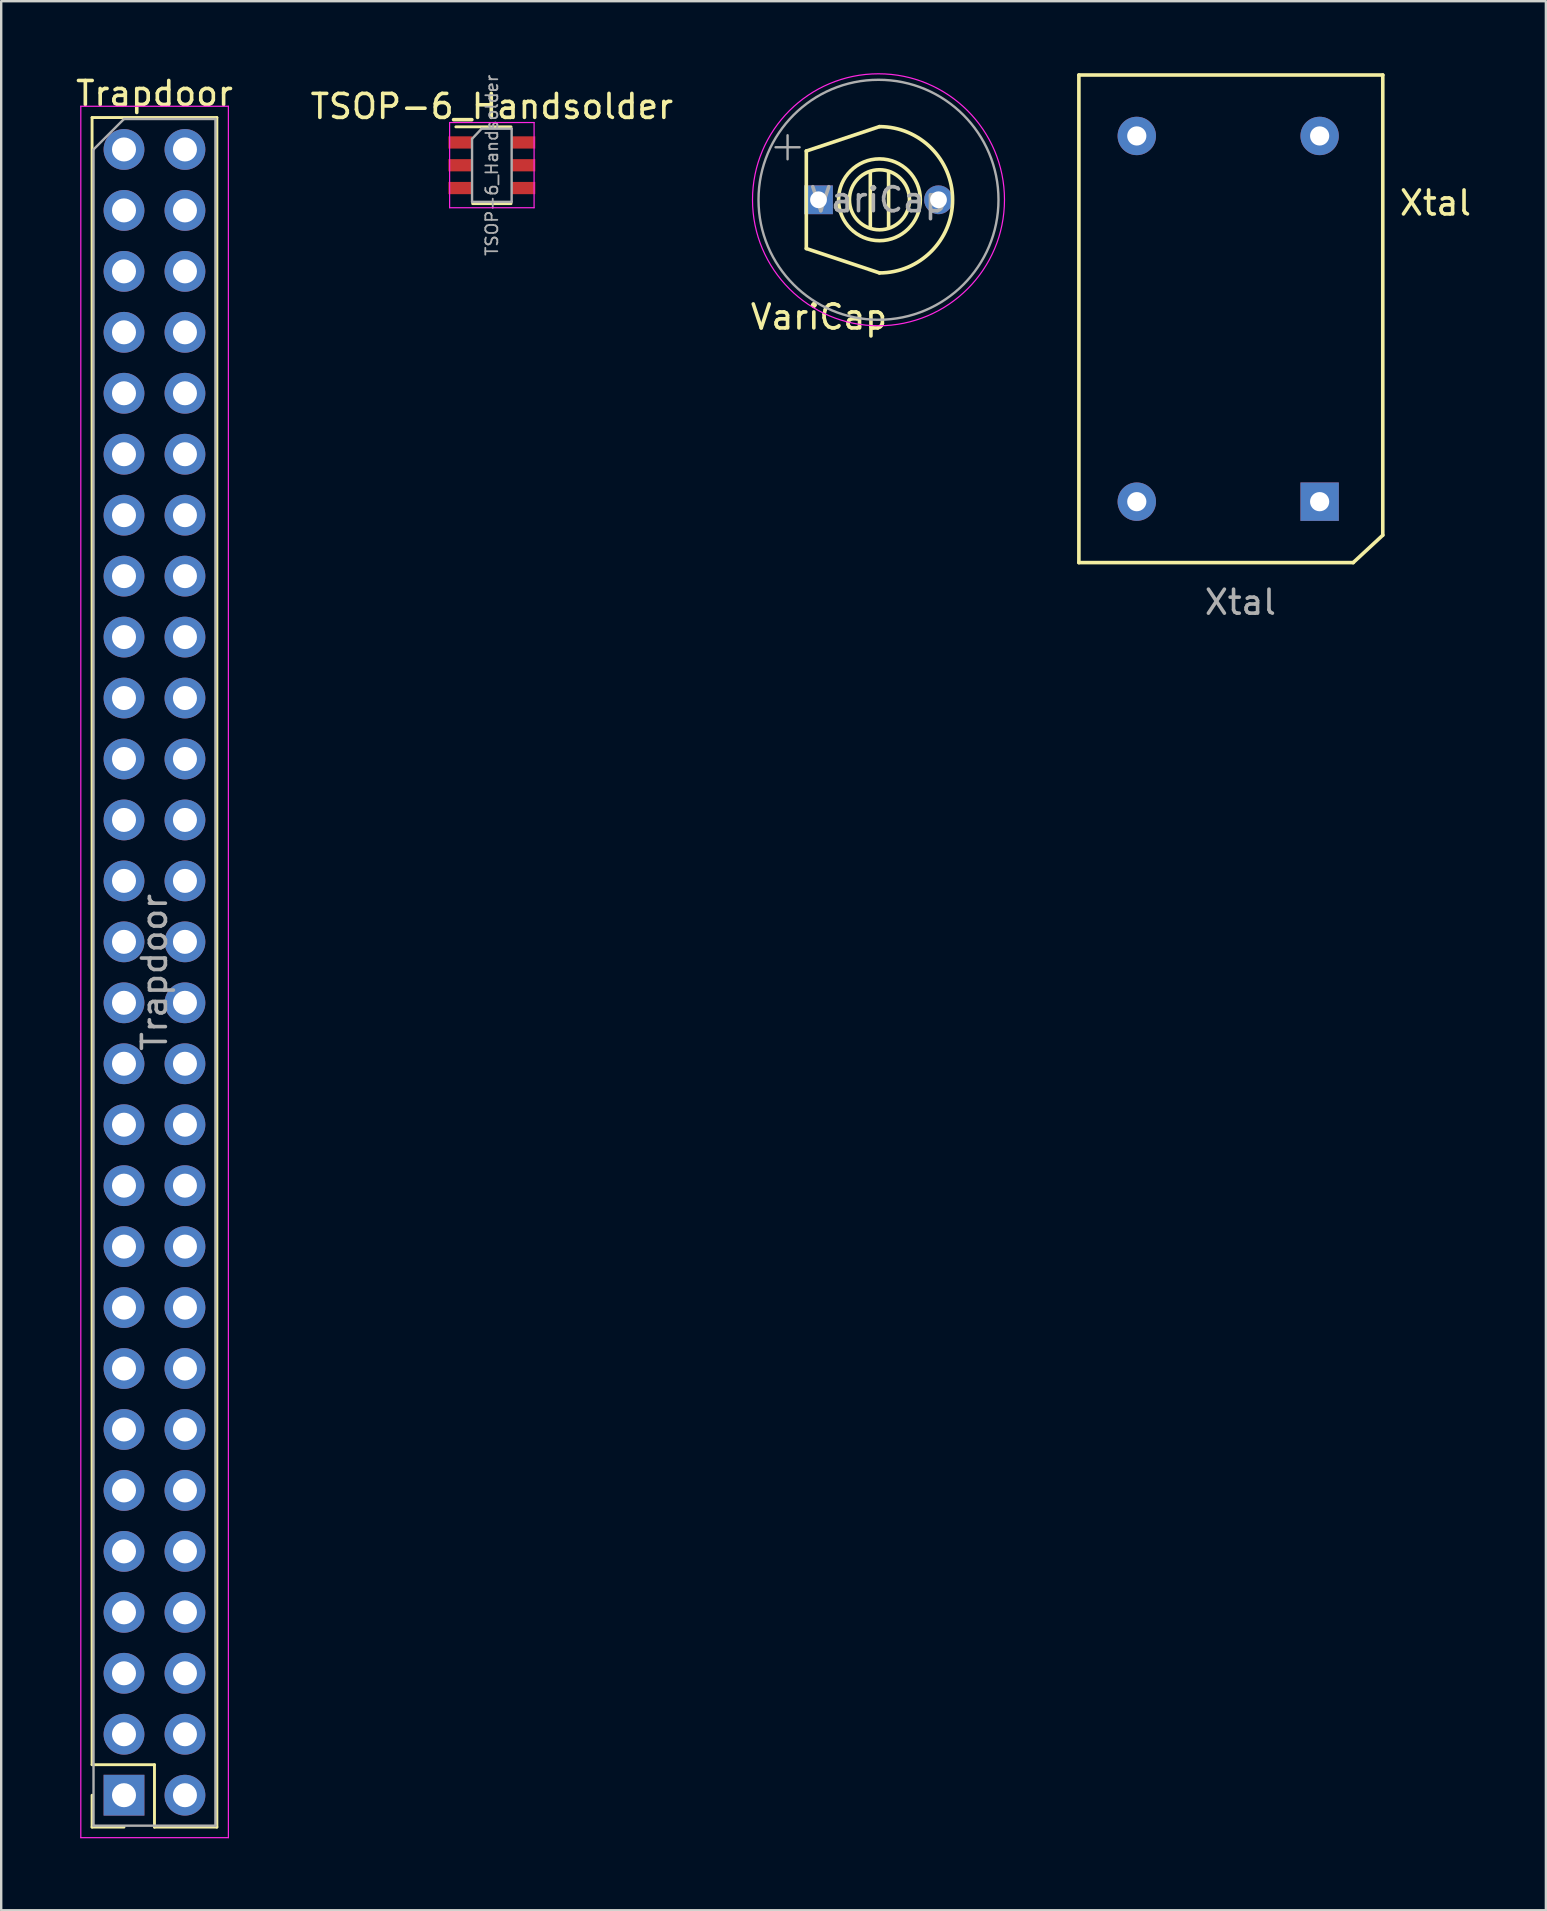
<source format=kicad_pcb>
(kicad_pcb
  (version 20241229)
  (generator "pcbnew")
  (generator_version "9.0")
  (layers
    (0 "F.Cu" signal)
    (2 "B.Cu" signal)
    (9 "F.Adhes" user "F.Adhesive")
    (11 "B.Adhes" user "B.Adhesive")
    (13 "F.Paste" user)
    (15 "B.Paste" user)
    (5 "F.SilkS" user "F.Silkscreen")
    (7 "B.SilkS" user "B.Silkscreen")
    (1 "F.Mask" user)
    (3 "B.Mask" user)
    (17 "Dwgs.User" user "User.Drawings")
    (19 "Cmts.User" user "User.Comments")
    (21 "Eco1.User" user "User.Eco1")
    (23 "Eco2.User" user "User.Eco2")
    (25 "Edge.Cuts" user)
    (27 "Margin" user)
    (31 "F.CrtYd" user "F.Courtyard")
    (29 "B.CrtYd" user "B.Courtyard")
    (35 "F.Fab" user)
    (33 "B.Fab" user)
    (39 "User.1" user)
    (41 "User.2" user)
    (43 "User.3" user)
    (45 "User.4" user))
  (footprint "Trapdoor"
    (layer "F.Cu")
    (at 2.117 3.178)
    (property "Reference" "Trapdoor" (at 1.27 -2.33 0) (layer "F.SilkS") (effects (font (size 1 1) (thickness 0.15))))
    (attr through_hole)
    (fp_line (start -1.33 -1.33) (end -1.33 67.31) (stroke (width 0.12) (type solid)) (layer "F.SilkS"))
    (fp_line (start -1.33 -1.33) (end 3.87 -1.33) (stroke (width 0.12) (type solid)) (layer "F.SilkS"))
    (fp_line (start -1.33 69.91) (end -1.33 68.58) (stroke (width 0.12) (type solid)) (layer "F.SilkS"))
    (fp_line (start 0 69.91) (end -1.33 69.91) (stroke (width 0.12) (type solid)) (layer "F.SilkS"))
    (fp_line (start 1.27 67.31) (end -1.33 67.31) (stroke (width 0.12) (type solid)) (layer "F.SilkS"))
    (fp_line (start 1.27 69.91) (end 1.27 67.31) (stroke (width 0.12) (type solid)) (layer "F.SilkS"))
    (fp_line (start 1.27 69.91) (end 3.87 69.91) (stroke (width 0.12) (type solid)) (layer "F.SilkS"))
    (fp_line (start 3.87 -1.33) (end 3.87 69.91) (stroke (width 0.12) (type solid)) (layer "F.SilkS"))
    (fp_line (start -1.8 -1.8) (end -1.8 70.35) (stroke (width 0.05) (type solid)) (layer "F.CrtYd"))
    (fp_line (start -1.8 70.35) (end 4.35 70.35) (stroke (width 0.05) (type solid)) (layer "F.CrtYd"))
    (fp_line (start 4.35 -1.8) (end -1.8 -1.8) (stroke (width 0.05) (type solid)) (layer "F.CrtYd"))
    (fp_line (start 4.35 70.35) (end 4.35 -1.8) (stroke (width 0.05) (type solid)) (layer "F.CrtYd"))
    (fp_line (start -1.27 0) (end 0 -1.27) (stroke (width 0.1) (type solid)) (layer "F.Fab"))
    (fp_line (start -1.27 69.85) (end -1.27 0) (stroke (width 0.1) (type solid)) (layer "F.Fab"))
    (fp_line (start 0 -1.27) (end 3.81 -1.27) (stroke (width 0.1) (type solid)) (layer "F.Fab"))
    (fp_line (start 3.81 -1.27) (end 3.81 69.85) (stroke (width 0.1) (type solid)) (layer "F.Fab"))
    (fp_line (start 3.81 69.85) (end -1.27 69.85) (stroke (width 0.1) (type solid)) (layer "F.Fab"))
    (fp_text user "${REFERENCE}" (at 1.27 34.29 90) (layer "F.Fab") (effects (font (size 1 1) (thickness 0.15))))
    (pad "1" thru_hole rect (at 0 68.58) (size 1.7 1.7) (drill 1) (layers "*.Cu" "*.Mask"))
    (pad "2" thru_hole oval (at 2.54 68.58) (size 1.7 1.7) (drill 1) (layers "*.Cu" "*.Mask"))
    (pad "3" thru_hole oval (at 0 66.04) (size 1.7 1.7) (drill 1) (layers "*.Cu" "*.Mask"))
    (pad "4" thru_hole oval (at 2.54 66.04) (size 1.7 1.7) (drill 1) (layers "*.Cu" "*.Mask"))
    (pad "5" thru_hole oval (at 0 63.5) (size 1.7 1.7) (drill 1) (layers "*.Cu" "*.Mask"))
    (pad "6" thru_hole oval (at 2.54 63.5) (size 1.7 1.7) (drill 1) (layers "*.Cu" "*.Mask"))
    (pad "7" thru_hole oval (at 0 60.96) (size 1.7 1.7) (drill 1) (layers "*.Cu" "*.Mask"))
    (pad "8" thru_hole oval (at 2.54 60.96) (size 1.7 1.7) (drill 1) (layers "*.Cu" "*.Mask"))
    (pad "9" thru_hole oval (at 0 58.42) (size 1.7 1.7) (drill 1) (layers "*.Cu" "*.Mask"))
    (pad "10" thru_hole oval (at 2.54 58.42) (size 1.7 1.7) (drill 1) (layers "*.Cu" "*.Mask"))
    (pad "11" thru_hole oval (at 0 55.88) (size 1.7 1.7) (drill 1) (layers "*.Cu" "*.Mask"))
    (pad "12" thru_hole oval (at 2.54 55.88) (size 1.7 1.7) (drill 1) (layers "*.Cu" "*.Mask"))
    (pad "13" thru_hole oval (at 0 53.34) (size 1.7 1.7) (drill 1) (layers "*.Cu" "*.Mask"))
    (pad "14" thru_hole oval (at 2.54 53.34) (size 1.7 1.7) (drill 1) (layers "*.Cu" "*.Mask"))
    (pad "15" thru_hole oval (at 0 50.8) (size 1.7 1.7) (drill 1) (layers "*.Cu" "*.Mask"))
    (pad "16" thru_hole oval (at 2.54 50.8) (size 1.7 1.7) (drill 1) (layers "*.Cu" "*.Mask"))
    (pad "17" thru_hole oval (at 0 48.26) (size 1.7 1.7) (drill 1) (layers "*.Cu" "*.Mask"))
    (pad "18" thru_hole oval (at 2.54 48.26) (size 1.7 1.7) (drill 1) (layers "*.Cu" "*.Mask"))
    (pad "19" thru_hole oval (at 0 45.72) (size 1.7 1.7) (drill 1) (layers "*.Cu" "*.Mask"))
    (pad "20" thru_hole oval (at 2.54 45.72) (size 1.7 1.7) (drill 1) (layers "*.Cu" "*.Mask"))
    (pad "21" thru_hole oval (at 0 43.18) (size 1.7 1.7) (drill 1) (layers "*.Cu" "*.Mask"))
    (pad "22" thru_hole oval (at 2.54 43.18) (size 1.7 1.7) (drill 1) (layers "*.Cu" "*.Mask"))
    (pad "23" thru_hole oval (at 0 40.64) (size 1.7 1.7) (drill 1) (layers "*.Cu" "*.Mask"))
    (pad "24" thru_hole oval (at 2.54 40.64) (size 1.7 1.7) (drill 1) (layers "*.Cu" "*.Mask"))
    (pad "25" thru_hole oval (at 0 38.1) (size 1.7 1.7) (drill 1) (layers "*.Cu" "*.Mask"))
    (pad "26" thru_hole oval (at 2.54 38.1) (size 1.7 1.7) (drill 1) (layers "*.Cu" "*.Mask"))
    (pad "27" thru_hole oval (at 0 35.56) (size 1.7 1.7) (drill 1) (layers "*.Cu" "*.Mask"))
    (pad "28" thru_hole oval (at 2.54 35.56) (size 1.7 1.7) (drill 1) (layers "*.Cu" "*.Mask"))
    (pad "29" thru_hole oval (at 0 33.02) (size 1.7 1.7) (drill 1) (layers "*.Cu" "*.Mask"))
    (pad "30" thru_hole oval (at 2.54 33.02) (size 1.7 1.7) (drill 1) (layers "*.Cu" "*.Mask"))
    (pad "31" thru_hole oval (at 0 30.48) (size 1.7 1.7) (drill 1) (layers "*.Cu" "*.Mask"))
    (pad "32" thru_hole oval (at 2.54 30.48) (size 1.7 1.7) (drill 1) (layers "*.Cu" "*.Mask"))
    (pad "33" thru_hole oval (at 0 27.94) (size 1.7 1.7) (drill 1) (layers "*.Cu" "*.Mask"))
    (pad "34" thru_hole oval (at 2.54 27.94) (size 1.7 1.7) (drill 1) (layers "*.Cu" "*.Mask"))
    (pad "35" thru_hole oval (at 0 25.4) (size 1.7 1.7) (drill 1) (layers "*.Cu" "*.Mask"))
    (pad "36" thru_hole oval (at 2.54 25.4) (size 1.7 1.7) (drill 1) (layers "*.Cu" "*.Mask"))
    (pad "37" thru_hole oval (at 0 22.86) (size 1.7 1.7) (drill 1) (layers "*.Cu" "*.Mask"))
    (pad "38" thru_hole oval (at 2.54 22.86) (size 1.7 1.7) (drill 1) (layers "*.Cu" "*.Mask"))
    (pad "39" thru_hole oval (at 0 20.32) (size 1.7 1.7) (drill 1) (layers "*.Cu" "*.Mask"))
    (pad "40" thru_hole oval (at 2.54 20.32) (size 1.7 1.7) (drill 1) (layers "*.Cu" "*.Mask"))
    (pad "41" thru_hole oval (at 0 17.78) (size 1.7 1.7) (drill 1) (layers "*.Cu" "*.Mask"))
    (pad "42" thru_hole oval (at 2.54 17.78) (size 1.7 1.7) (drill 1) (layers "*.Cu" "*.Mask"))
    (pad "43" thru_hole oval (at 0 15.24) (size 1.7 1.7) (drill 1) (layers "*.Cu" "*.Mask"))
    (pad "44" thru_hole oval (at 2.54 15.24) (size 1.7 1.7) (drill 1) (layers "*.Cu" "*.Mask"))
    (pad "45" thru_hole oval (at 0 12.7) (size 1.7 1.7) (drill 1) (layers "*.Cu" "*.Mask"))
    (pad "46" thru_hole oval (at 2.54 12.7) (size 1.7 1.7) (drill 1) (layers "*.Cu" "*.Mask"))
    (pad "47" thru_hole oval (at 0 10.16) (size 1.7 1.7) (drill 1) (layers "*.Cu" "*.Mask"))
    (pad "48" thru_hole oval (at 2.54 10.16) (size 1.7 1.7) (drill 1) (layers "*.Cu" "*.Mask"))
    (pad "49" thru_hole oval (at 0 7.62) (size 1.7 1.7) (drill 1) (layers "*.Cu" "*.Mask"))
    (pad "50" thru_hole oval (at 2.54 7.62) (size 1.7 1.7) (drill 1) (layers "*.Cu" "*.Mask"))
    (pad "51" thru_hole oval (at 0 5.08) (size 1.7 1.7) (drill 1) (layers "*.Cu" "*.Mask"))
    (pad "52" thru_hole oval (at 2.54 5.08) (size 1.7 1.7) (drill 1) (layers "*.Cu" "*.Mask"))
    (pad "53" thru_hole oval (at 0 2.54) (size 1.7 1.7) (drill 1) (layers "*.Cu" "*.Mask"))
    (pad "54" thru_hole oval (at 2.54 2.54) (size 1.7 1.7) (drill 1) (layers "*.Cu" "*.Mask"))
    (pad "55" thru_hole circle (at 0 0) (size 1.7 1.7) (drill 1) (layers "*.Cu" "*.Mask"))
    (pad "56" thru_hole oval (at 2.54 0) (size 1.7 1.7) (drill 1) (layers "*.Cu" "*.Mask")))
  (footprint "VariCap"
    (layer "F.Cu")
    (at 31.058 5.275)
    (property "Reference" "VariCap" (at 0.019 4.885 0) (layer "F.SilkS") (effects (font (size 1 1) (thickness 0.15))))
    (attr through_hole)
    (fp_line (start -0.508 -2.032) (end -0.508 2.032) (stroke (width 0.15) (type solid)) (layer "F.SilkS"))
    (fp_line (start -0.508 -2.032) (end 2.54 -3.048) (stroke (width 0.15) (type solid)) (layer "F.SilkS"))
    (fp_line (start -0.508 2.032) (end 2.54 3.048) (stroke (width 0.15) (type solid)) (layer "F.SilkS"))
    (fp_line (start 2.159 -1.143) (end 2.159 1.143) (stroke (width 0.15) (type solid)) (layer "F.SilkS"))
    (fp_line (start 2.921 -1.143) (end 2.921 1.143) (stroke (width 0.15) (type solid)) (layer "F.SilkS"))
    (fp_arc (start 2.54 -3.048) (mid 5.588 0) (end 2.54 3.048) (stroke (width 0.15) (type solid)) (layer "F.SilkS"))
    (fp_circle (center 2.54 0) (end 1.016 0.762) (stroke (width 0.15) (type solid)) (fill no) (layer "F.SilkS"))
    (fp_circle (center 2.54 0) (end 1.397 0.508) (stroke (width 0.15) (type solid)) (fill no) (layer "F.SilkS"))
    (fp_circle (center 2.5 0) (end 7.75 0) (stroke (width 0.05) (type solid)) (fill no) (layer "F.CrtYd"))
    (fp_line (start -1.789 -2.188) (end -0.789 -2.188) (stroke (width 0.1) (type solid)) (layer "F.Fab"))
    (fp_line (start -1.289 -2.688) (end -1.289 -1.688) (stroke (width 0.1) (type solid)) (layer "F.Fab"))
    (fp_circle (center 2.5 0) (end 7.5 0) (stroke (width 0.1) (type solid)) (fill no) (layer "F.Fab"))
    (fp_text user "${REFERENCE}" (at 2.5 0 0) (layer "F.Fab") (effects (font (size 1 1) (thickness 0.15))))
    (pad "1" thru_hole circle (at 5 0) (size 1.2 1.2) (drill 0.7) (layers "*.Cu" "*.Mask"))
    (pad "2" thru_hole rect (at 0 0) (size 1.2 1.2) (drill 0.7) (layers "*.Cu" "*.Mask")))
  (footprint "TSOP-6_Handsolder"
    (layer "F.Cu")
    (at 17.446 3.836)
    (property "Reference" "TSOP-6_Handsolder" (at 0 -2.45 0) (layer "F.SilkS") (effects (font (size 1 1) (thickness 0.15))))
    (attr smd)
    (fp_line (start -0.8 1.6) (end 0.8 1.6) (stroke (width 0.12) (type solid)) (layer "F.SilkS"))
    (fp_line (start 0.8 -1.6) (end -1.5 -1.6) (stroke (width 0.12) (type solid)) (layer "F.SilkS"))
    (fp_line (start -1.76 -1.78) (end -1.76 1.77) (stroke (width 0.05) (type solid)) (layer "F.CrtYd"))
    (fp_line (start -1.76 -1.78) (end 1.76 -1.78) (stroke (width 0.05) (type solid)) (layer "F.CrtYd"))
    (fp_line (start 1.76 1.77) (end -1.76 1.77) (stroke (width 0.05) (type solid)) (layer "F.CrtYd"))
    (fp_line (start 1.76 1.77) (end 1.76 -1.78) (stroke (width 0.05) (type solid)) (layer "F.CrtYd"))
    (fp_line (start -0.825 -1.1) (end -0.825 1.525) (stroke (width 0.1) (type solid)) (layer "F.Fab"))
    (fp_line (start -0.825 -1.1) (end -0.425 -1.525) (stroke (width 0.1) (type solid)) (layer "F.Fab"))
    (fp_line (start 0.825 -1.525) (end -0.425 -1.525) (stroke (width 0.1) (type solid)) (layer "F.Fab"))
    (fp_line (start 0.825 -1.525) (end 0.825 1.525) (stroke (width 0.1) (type solid)) (layer "F.Fab"))
    (fp_line (start 0.825 1.525) (end -0.825 1.525) (stroke (width 0.1) (type solid)) (layer "F.Fab"))
    (fp_text user "${REFERENCE}" (at 0 0 90) (layer "F.Fab") (effects (font (size 0.5 0.5) (thickness 0.075))))
    (pad "1" smd rect (at -1.31 -0.95) (size 1 0.51) (layers "F.Cu" "F.Mask" "F.Paste"))
    (pad "2" smd rect (at -1.31 0) (size 1 0.51) (layers "F.Cu" "F.Mask" "F.Paste"))
    (pad "3" smd rect (at -1.31 0.95) (size 1 0.51) (layers "F.Cu" "F.Mask" "F.Paste"))
    (pad "4" smd rect (at 1.31 0.95) (size 1 0.51) (layers "F.Cu" "F.Mask" "F.Paste"))
    (pad "5" smd rect (at 1.31 0) (size 1 0.51) (layers "F.Cu" "F.Mask" "F.Paste"))
    (pad "6" smd rect (at 1.31 -0.95) (size 1 0.51) (layers "F.Cu" "F.Mask" "F.Paste")))
  (footprint "Xtal"
    (layer "F.Cu")
    (at 48.639 10.743)
    (property "Reference" "Xtal" (at 8.128 -5.334 0) (layer "F.SilkS") (effects (font (size 1 1) (thickness 0.15))))
    (attr through_hole)
    (fp_line (start -6.731 -10.668) (end -6.731 9.652) (stroke (width 0.15) (type solid)) (layer "F.SilkS"))
    (fp_line (start -6.731 9.652) (end 4.699 9.652) (stroke (width 0.15) (type solid)) (layer "F.SilkS"))
    (fp_line (start 5.933 -10.668) (end -6.731 -10.668) (stroke (width 0.15) (type solid)) (layer "F.SilkS"))
    (fp_line (start 5.933 8.509) (end 4.699 9.652) (stroke (width 0.15) (type solid)) (layer "F.SilkS"))
    (fp_line (start 5.933 8.509) (end 5.933 -10.668) (stroke (width 0.15) (type solid)) (layer "F.SilkS"))
    (fp_text user "${REFERENCE}" (at 0 11.303 0) (layer "F.Fab") (effects (font (size 1 1) (thickness 0.15))))
    (pad "1" thru_hole rect (at 3.302 7.112) (size 1.6 1.6) (drill 0.8) (layers "*.Cu" "*.Mask"))
    (pad "2" thru_hole circle (at 3.302 -8.128) (size 1.6 1.6) (drill 0.8) (layers "*.Cu" "*.Mask"))
    (pad "3" thru_hole circle (at -4.318 -8.128) (size 1.6 1.6) (drill 0.8) (layers "*.Cu" "*.Mask"))
    (pad "4" thru_hole circle (at -4.318 7.112) (size 1.6 1.6) (drill 0.8) (layers "*.Cu" "*.Mask")))
  (gr_rect
    (start -3 -3)
    (end 61.369 76.553)
    (stroke (width 0.1) (type default))
    (fill no)
    (layer "Edge.Cuts")))
</source>
